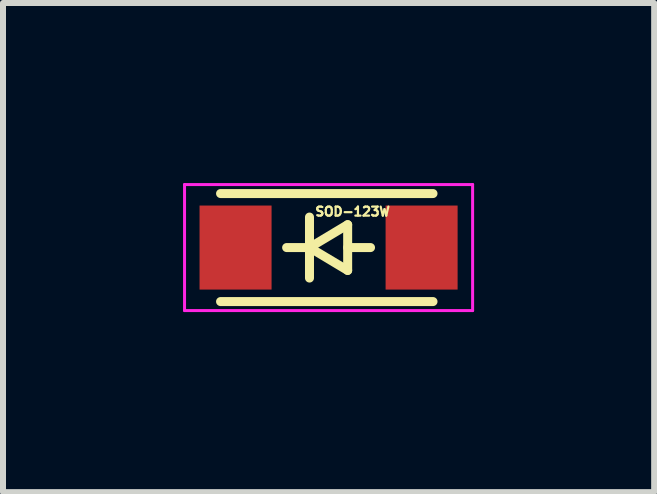
<source format=kicad_pcb>
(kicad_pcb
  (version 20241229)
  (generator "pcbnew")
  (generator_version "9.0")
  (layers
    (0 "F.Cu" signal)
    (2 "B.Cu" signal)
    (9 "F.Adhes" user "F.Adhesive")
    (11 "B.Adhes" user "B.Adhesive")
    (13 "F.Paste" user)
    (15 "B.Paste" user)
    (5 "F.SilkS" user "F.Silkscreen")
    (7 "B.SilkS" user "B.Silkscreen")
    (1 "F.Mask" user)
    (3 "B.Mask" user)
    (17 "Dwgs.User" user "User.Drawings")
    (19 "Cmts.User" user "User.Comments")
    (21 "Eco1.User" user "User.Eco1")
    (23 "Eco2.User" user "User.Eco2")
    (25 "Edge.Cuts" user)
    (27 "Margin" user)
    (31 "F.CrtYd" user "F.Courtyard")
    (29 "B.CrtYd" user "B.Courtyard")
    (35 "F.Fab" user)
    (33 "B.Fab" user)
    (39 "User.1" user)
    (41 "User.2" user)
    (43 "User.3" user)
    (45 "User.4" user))
  (footprint "SOD-123W"
    (layer "F.Cu")
    (at 2.425 1.075)
    (property "Reference" "SOD-123W" (at 0.4 -0.6 0) (layer "F.SilkS") (effects (font (size 0.15 0.15) (thickness 0.037))))
    (attr smd)
    (fp_line (start -1.8 -0.9) (end 1.74 -0.9) (stroke (width 0.15) (type solid)) (layer "F.SilkS"))
    (fp_line (start -1.8 0.9) (end 1.74 0.9) (stroke (width 0.15) (type solid)) (layer "F.SilkS"))
    (fp_line (start -0.699 0) (end -0.318 0) (stroke (width 0.15) (type solid)) (layer "F.SilkS"))
    (fp_line (start -0.318 -0.508) (end -0.318 0.508) (stroke (width 0.15) (type solid)) (layer "F.SilkS"))
    (fp_line (start -0.318 0) (end 0.318 -0.381) (stroke (width 0.15) (type solid)) (layer "F.SilkS"))
    (fp_line (start 0.318 -0.381) (end 0.318 0.381) (stroke (width 0.15) (type solid)) (layer "F.SilkS"))
    (fp_line (start 0.318 0) (end 0.699 0) (stroke (width 0.15) (type solid)) (layer "F.SilkS"))
    (fp_line (start 0.318 0.381) (end -0.318 0) (stroke (width 0.15) (type solid)) (layer "F.SilkS"))
    (fp_line (start -2.4 -1.05) (end -2.4 1.05) (stroke (width 0.05) (type solid)) (layer "F.CrtYd"))
    (fp_line (start -2.4 -1.05) (end 2.4 -1.05) (stroke (width 0.05) (type solid)) (layer "F.CrtYd"))
    (fp_line (start 2.4 -1.05) (end 2.4 1.05) (stroke (width 0.05) (type solid)) (layer "F.CrtYd"))
    (fp_line (start 2.4 1.05) (end -2.4 1.05) (stroke (width 0.05) (type solid)) (layer "F.CrtYd"))
    (pad "1" smd rect (at 1.55 0) (size 1.2 1.4) (layers "F.Cu" "F.Mask" "F.Paste"))
    (pad "2" smd rect (at -1.55 0) (size 1.2 1.4) (layers "F.Cu" "F.Mask" "F.Paste")))
  (gr_rect
    (start -3 -3)
    (end 7.85 5.15)
    (stroke (width 0.1) (type default))
    (fill no)
    (layer "Edge.Cuts")))
</source>
